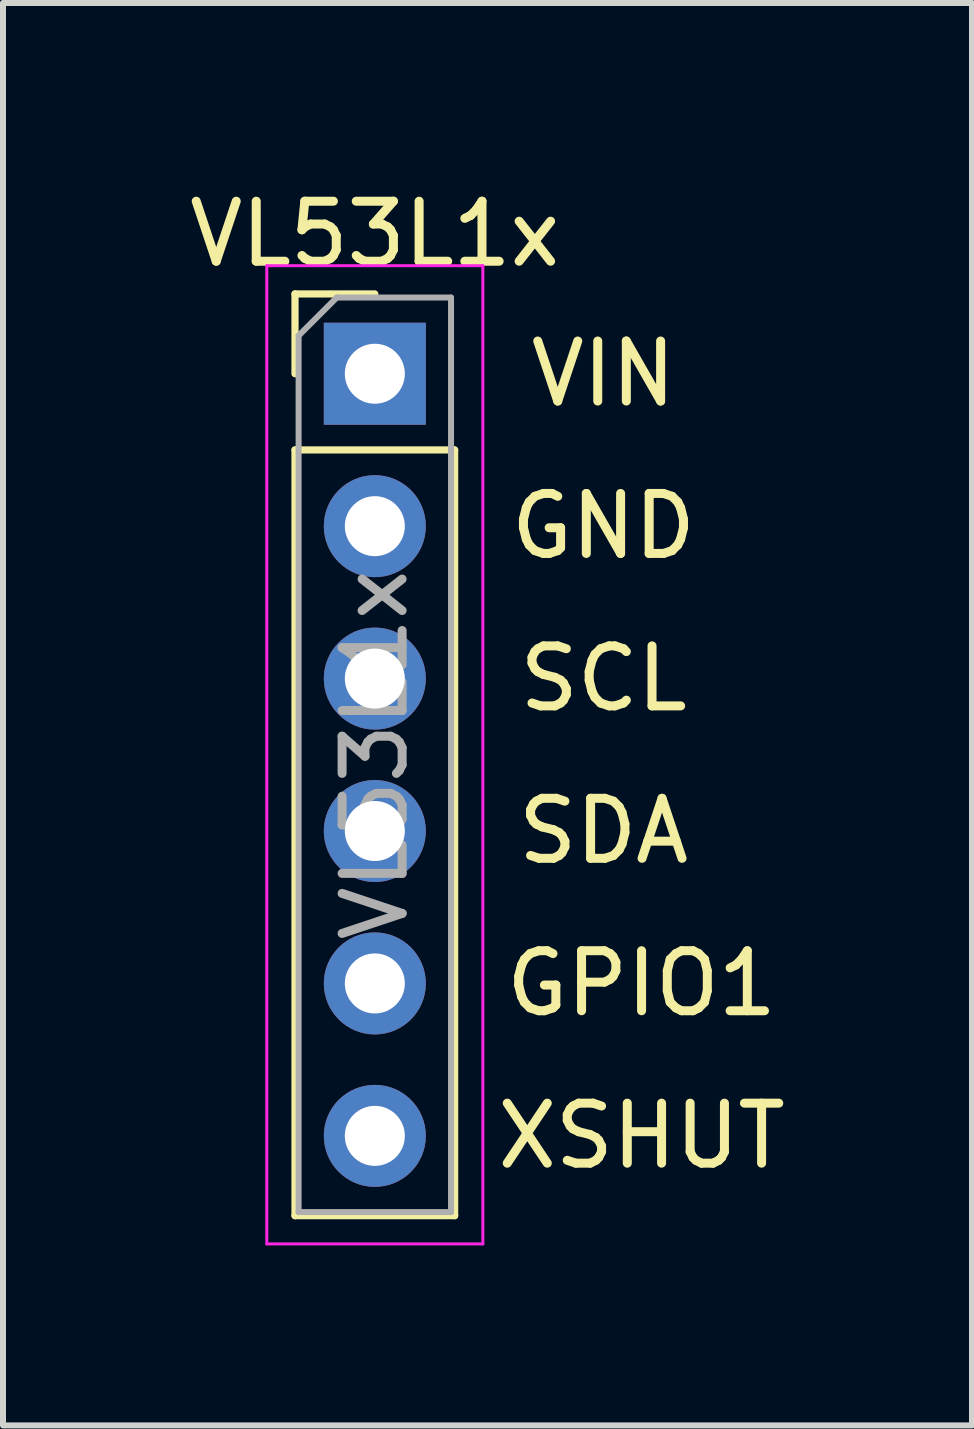
<source format=kicad_pcb>
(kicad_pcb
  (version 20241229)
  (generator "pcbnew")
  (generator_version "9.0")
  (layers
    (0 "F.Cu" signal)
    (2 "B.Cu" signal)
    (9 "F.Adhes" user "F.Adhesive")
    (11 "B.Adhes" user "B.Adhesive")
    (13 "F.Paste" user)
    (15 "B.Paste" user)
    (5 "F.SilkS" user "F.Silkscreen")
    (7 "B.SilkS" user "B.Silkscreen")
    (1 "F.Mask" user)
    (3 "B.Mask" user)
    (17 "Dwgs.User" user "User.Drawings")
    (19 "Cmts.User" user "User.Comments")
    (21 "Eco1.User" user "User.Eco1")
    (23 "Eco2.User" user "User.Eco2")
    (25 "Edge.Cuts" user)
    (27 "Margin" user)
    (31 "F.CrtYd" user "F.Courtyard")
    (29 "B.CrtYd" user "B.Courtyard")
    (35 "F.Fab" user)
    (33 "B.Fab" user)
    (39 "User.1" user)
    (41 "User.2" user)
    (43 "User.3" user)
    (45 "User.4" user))
  (footprint "VL53L1x"
    (layer "F.Cu")
    (at 3.196 3.178)
    (property "Reference" "VL53L1x" (at 0 -2.33 0) (layer "F.SilkS") (effects (font (size 1 1) (thickness 0.15))))
    (attr through_hole)
    (fp_line (start -1.33 -1.33) (end 0 -1.33) (stroke (width 0.12) (type solid)) (layer "F.SilkS"))
    (fp_line (start -1.33 0) (end -1.33 -1.33) (stroke (width 0.12) (type solid)) (layer "F.SilkS"))
    (fp_line (start -1.33 1.27) (end -1.33 14.03) (stroke (width 0.12) (type solid)) (layer "F.SilkS"))
    (fp_line (start -1.33 1.27) (end 1.33 1.27) (stroke (width 0.12) (type solid)) (layer "F.SilkS"))
    (fp_line (start -1.33 14.03) (end 1.33 14.03) (stroke (width 0.12) (type solid)) (layer "F.SilkS"))
    (fp_line (start 1.33 1.27) (end 1.33 14.03) (stroke (width 0.12) (type solid)) (layer "F.SilkS"))
    (fp_line (start -1.8 -1.8) (end -1.8 14.5) (stroke (width 0.05) (type solid)) (layer "F.CrtYd"))
    (fp_line (start -1.8 14.5) (end 1.8 14.5) (stroke (width 0.05) (type solid)) (layer "F.CrtYd"))
    (fp_line (start 1.8 -1.8) (end -1.8 -1.8) (stroke (width 0.05) (type solid)) (layer "F.CrtYd"))
    (fp_line (start 1.8 14.5) (end 1.8 -1.8) (stroke (width 0.05) (type solid)) (layer "F.CrtYd"))
    (fp_line (start -1.27 -0.635) (end -0.635 -1.27) (stroke (width 0.1) (type solid)) (layer "F.Fab"))
    (fp_line (start -1.27 13.97) (end -1.27 -0.635) (stroke (width 0.1) (type solid)) (layer "F.Fab"))
    (fp_line (start -0.635 -1.27) (end 1.27 -1.27) (stroke (width 0.1) (type solid)) (layer "F.Fab"))
    (fp_line (start 1.27 -1.27) (end 1.27 13.97) (stroke (width 0.1) (type solid)) (layer "F.Fab"))
    (fp_line (start 1.27 13.97) (end -1.27 13.97) (stroke (width 0.1) (type solid)) (layer "F.Fab"))
    (fp_text user "GND" (at 3.81 2.54 0) (unlocked yes) (layer "F.SilkS") (effects (font (size 1 1) (thickness 0.15))))
    (fp_text user "VIN" (at 3.81 0 0) (unlocked yes) (layer "F.SilkS") (effects (font (size 1 1) (thickness 0.15))))
    (fp_text user "SCL" (at 3.81 5.08 0) (unlocked yes) (layer "F.SilkS") (effects (font (size 1 1) (thickness 0.15))))
    (fp_text user "SDA" (at 3.81 7.62 0) (unlocked yes) (layer "F.SilkS") (effects (font (size 1 1) (thickness 0.15))))
    (fp_text user "GPIO1" (at 4.445 10.16 0) (unlocked yes) (layer "F.SilkS") (effects (font (size 1 1) (thickness 0.15))))
    (fp_text user "XSHUT" (at 4.445 12.7 0) (unlocked yes) (layer "F.SilkS") (effects (font (size 1 1) (thickness 0.15))))
    (fp_text user "${REFERENCE}" (at 0 6.35 90) (layer "F.Fab") (effects (font (size 1 1) (thickness 0.15))))
    (pad "1" thru_hole rect (at 0 0) (size 1.7 1.7) (drill 1) (layers "*.Cu" "*.Mask"))
    (pad "2" thru_hole oval (at 0 2.54) (size 1.7 1.7) (drill 1) (layers "*.Cu" "*.Mask"))
    (pad "3" thru_hole oval (at 0 5.08) (size 1.7 1.7) (drill 1) (layers "*.Cu" "*.Mask"))
    (pad "4" thru_hole oval (at 0 7.62) (size 1.7 1.7) (drill 1) (layers "*.Cu" "*.Mask"))
    (pad "5" thru_hole oval (at 0 10.16) (size 1.7 1.7) (drill 1) (layers "*.Cu" "*.Mask"))
    (pad "6" thru_hole oval (at 0 12.7) (size 1.7 1.7) (drill 1) (layers "*.Cu" "*.Mask")))
  (gr_rect
    (start -3 -3)
    (end 13.147 20.703)
    (stroke (width 0.1) (type default))
    (fill no)
    (layer "Edge.Cuts")))
</source>
